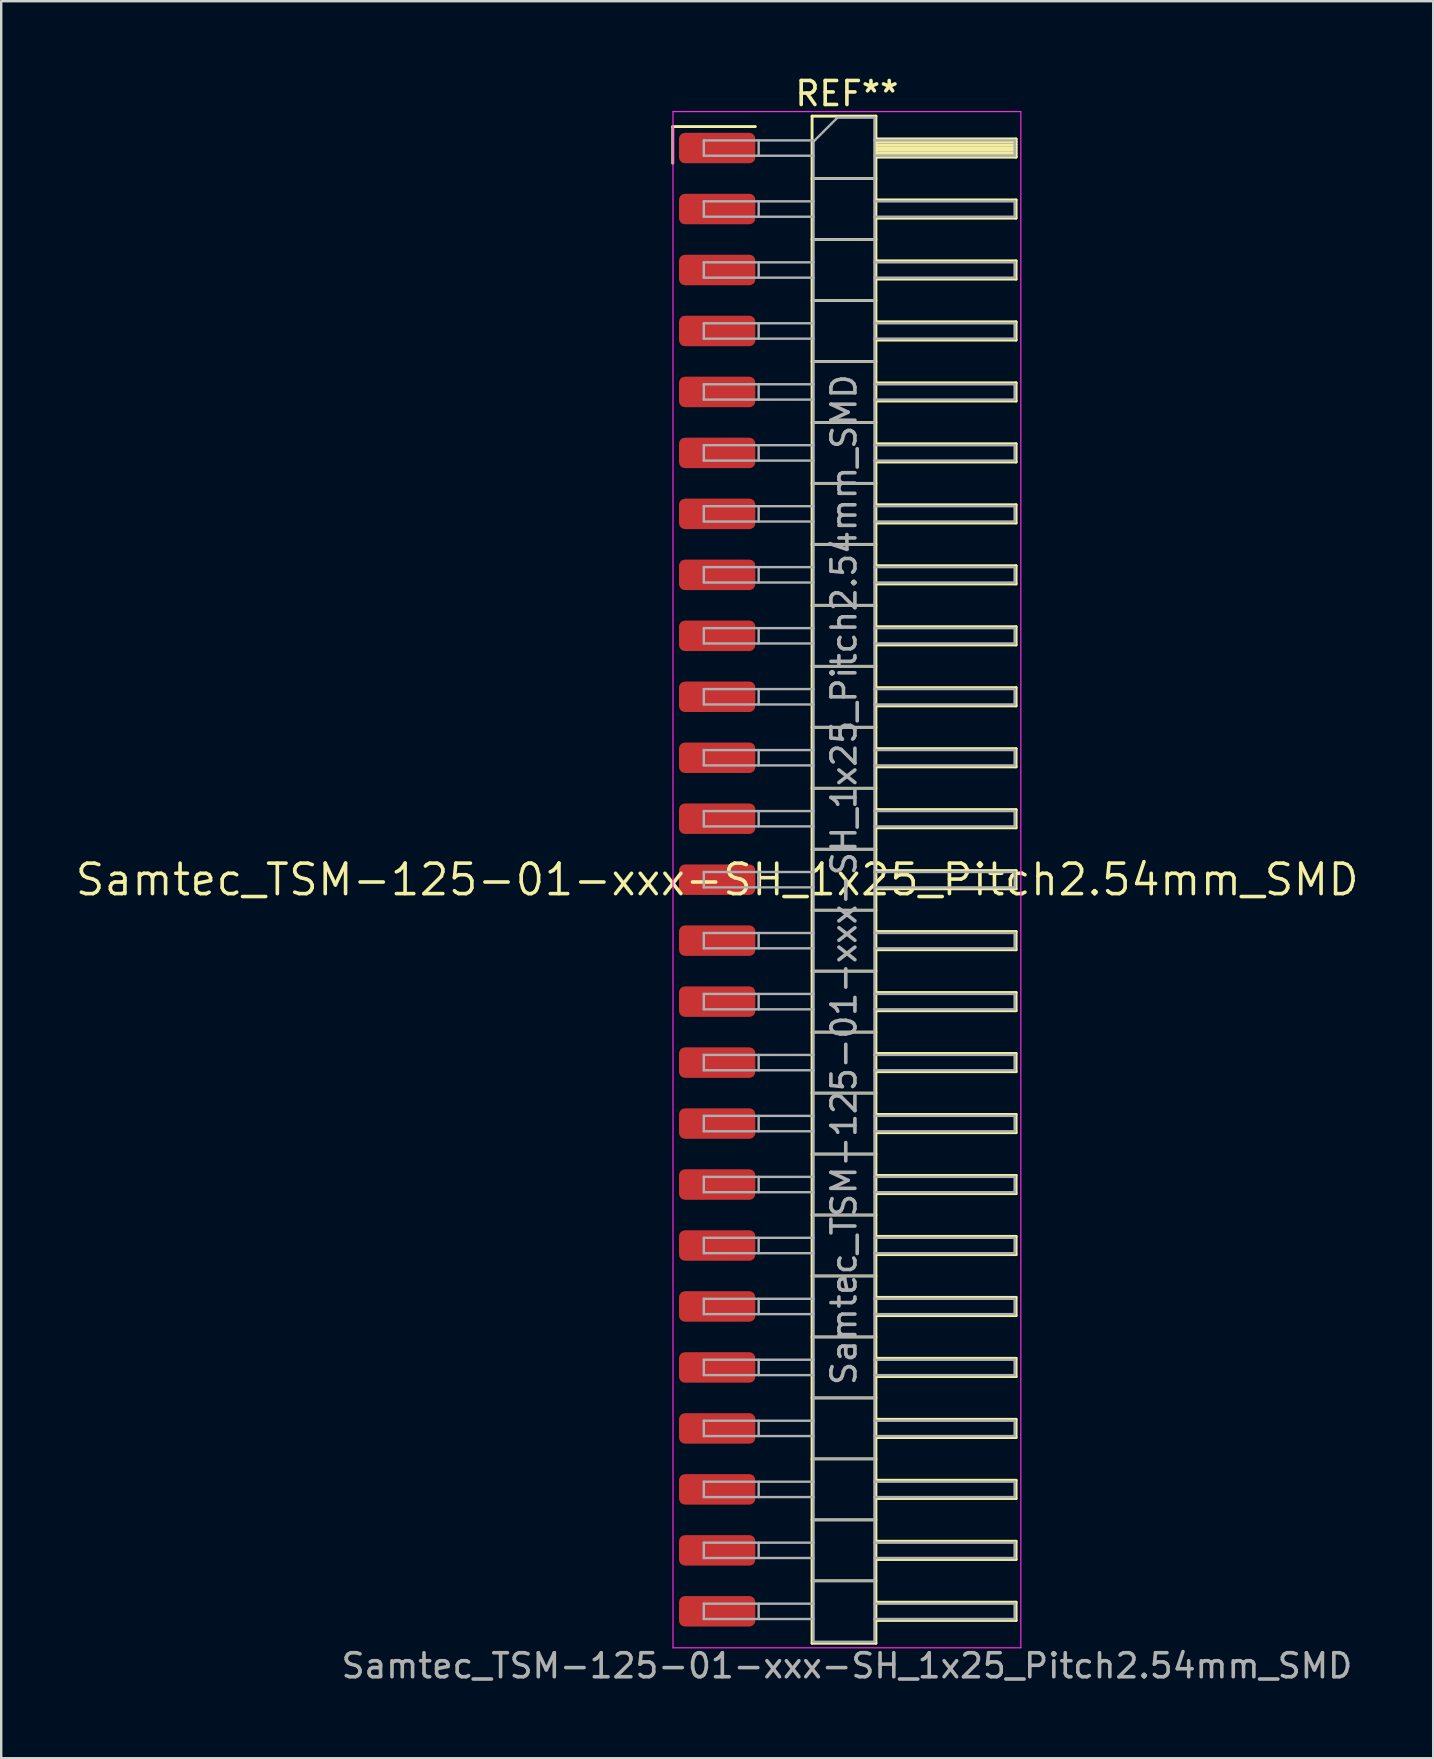
<source format=kicad_pcb>
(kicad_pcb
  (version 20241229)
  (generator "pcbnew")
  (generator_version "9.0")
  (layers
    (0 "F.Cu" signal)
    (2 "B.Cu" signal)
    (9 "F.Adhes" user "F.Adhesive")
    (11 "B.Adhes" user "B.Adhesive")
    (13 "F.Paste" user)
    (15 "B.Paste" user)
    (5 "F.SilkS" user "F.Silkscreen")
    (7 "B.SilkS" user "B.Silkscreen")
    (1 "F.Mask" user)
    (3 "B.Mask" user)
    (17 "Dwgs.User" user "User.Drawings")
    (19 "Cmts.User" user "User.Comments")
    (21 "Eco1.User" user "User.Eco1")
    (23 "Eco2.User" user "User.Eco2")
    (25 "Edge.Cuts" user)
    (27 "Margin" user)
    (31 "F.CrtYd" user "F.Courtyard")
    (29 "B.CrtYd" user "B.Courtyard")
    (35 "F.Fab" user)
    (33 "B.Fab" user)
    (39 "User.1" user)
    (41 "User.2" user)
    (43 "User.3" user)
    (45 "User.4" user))
  (footprint "Samtec_TSM-125-01-xxx-SH_1x25_Pitch2.54mm_SMD"
    (layer "F.Cu")
    (at 26.828 33.598)
    (property "Reference" "Samtec_TSM-125-01-xxx-SH_1x25_Pitch2.54mm_SMD" (at 0 0 0) (layer "F.SilkS") (effects (font (size 1.27 1.27) (thickness 0.15))))
    (attr smd)
    (fp_line (start -1.85 -31.375) (end 1.59 -31.375) (stroke (width 0.12) (type solid)) (layer "F.SilkS"))
    (fp_line (start -1.85 -29.845) (end -1.85 -31.375) (stroke (width 0.12) (type solid)) (layer "F.SilkS"))
    (fp_line (start 3.953 -31.81) (end 6.613 -31.81) (stroke (width 0.12) (type solid)) (layer "F.SilkS"))
    (fp_line (start 3.953 -29.21) (end 6.613 -29.21) (stroke (width 0.12) (type solid)) (layer "F.SilkS"))
    (fp_line (start 3.953 -26.67) (end 6.613 -26.67) (stroke (width 0.12) (type solid)) (layer "F.SilkS"))
    (fp_line (start 3.953 -24.13) (end 6.613 -24.13) (stroke (width 0.12) (type solid)) (layer "F.SilkS"))
    (fp_line (start 3.953 -21.59) (end 6.613 -21.59) (stroke (width 0.12) (type solid)) (layer "F.SilkS"))
    (fp_line (start 3.953 -19.05) (end 6.613 -19.05) (stroke (width 0.12) (type solid)) (layer "F.SilkS"))
    (fp_line (start 3.953 -16.51) (end 6.613 -16.51) (stroke (width 0.12) (type solid)) (layer "F.SilkS"))
    (fp_line (start 3.953 -13.97) (end 6.613 -13.97) (stroke (width 0.12) (type solid)) (layer "F.SilkS"))
    (fp_line (start 3.953 -11.43) (end 6.613 -11.43) (stroke (width 0.12) (type solid)) (layer "F.SilkS"))
    (fp_line (start 3.953 -8.89) (end 6.613 -8.89) (stroke (width 0.12) (type solid)) (layer "F.SilkS"))
    (fp_line (start 3.953 -6.35) (end 6.613 -6.35) (stroke (width 0.12) (type solid)) (layer "F.SilkS"))
    (fp_line (start 3.953 -3.81) (end 6.613 -3.81) (stroke (width 0.12) (type solid)) (layer "F.SilkS"))
    (fp_line (start 3.953 -1.27) (end 6.613 -1.27) (stroke (width 0.12) (type solid)) (layer "F.SilkS"))
    (fp_line (start 3.953 1.27) (end 6.613 1.27) (stroke (width 0.12) (type solid)) (layer "F.SilkS"))
    (fp_line (start 3.953 3.81) (end 6.613 3.81) (stroke (width 0.12) (type solid)) (layer "F.SilkS"))
    (fp_line (start 3.953 6.35) (end 6.613 6.35) (stroke (width 0.12) (type solid)) (layer "F.SilkS"))
    (fp_line (start 3.953 8.89) (end 6.613 8.89) (stroke (width 0.12) (type solid)) (layer "F.SilkS"))
    (fp_line (start 3.953 11.43) (end 6.613 11.43) (stroke (width 0.12) (type solid)) (layer "F.SilkS"))
    (fp_line (start 3.953 13.97) (end 6.613 13.97) (stroke (width 0.12) (type solid)) (layer "F.SilkS"))
    (fp_line (start 3.953 16.51) (end 6.613 16.51) (stroke (width 0.12) (type solid)) (layer "F.SilkS"))
    (fp_line (start 3.953 19.05) (end 6.613 19.05) (stroke (width 0.12) (type solid)) (layer "F.SilkS"))
    (fp_line (start 3.953 21.59) (end 6.613 21.59) (stroke (width 0.12) (type solid)) (layer "F.SilkS"))
    (fp_line (start 3.953 24.13) (end 6.613 24.13) (stroke (width 0.12) (type solid)) (layer "F.SilkS"))
    (fp_line (start 3.953 26.67) (end 6.613 26.67) (stroke (width 0.12) (type solid)) (layer "F.SilkS"))
    (fp_line (start 3.953 29.21) (end 6.613 29.21) (stroke (width 0.12) (type solid)) (layer "F.SilkS"))
    (fp_line (start 3.953 31.81) (end 3.953 -31.81) (stroke (width 0.12) (type solid)) (layer "F.SilkS"))
    (fp_line (start 6.613 -31.81) (end 6.613 31.81) (stroke (width 0.12) (type solid)) (layer "F.SilkS"))
    (fp_line (start 6.613 -30.86) (end 12.453 -30.86) (stroke (width 0.12) (type solid)) (layer "F.SilkS"))
    (fp_line (start 6.613 -30.74) (end 12.453 -30.74) (stroke (width 0.12) (type solid)) (layer "F.SilkS"))
    (fp_line (start 6.613 -30.62) (end 12.453 -30.62) (stroke (width 0.12) (type solid)) (layer "F.SilkS"))
    (fp_line (start 6.613 -30.5) (end 12.453 -30.5) (stroke (width 0.12) (type solid)) (layer "F.SilkS"))
    (fp_line (start 6.613 -30.38) (end 12.453 -30.38) (stroke (width 0.12) (type solid)) (layer "F.SilkS"))
    (fp_line (start 6.613 -30.26) (end 12.453 -30.26) (stroke (width 0.12) (type solid)) (layer "F.SilkS"))
    (fp_line (start 6.613 -30.14) (end 12.453 -30.14) (stroke (width 0.12) (type solid)) (layer "F.SilkS"))
    (fp_line (start 6.613 -30.1) (end 12.453 -30.1) (stroke (width 0.12) (type solid)) (layer "F.SilkS"))
    (fp_line (start 6.613 -28.32) (end 12.453 -28.32) (stroke (width 0.12) (type solid)) (layer "F.SilkS"))
    (fp_line (start 6.613 -27.56) (end 12.453 -27.56) (stroke (width 0.12) (type solid)) (layer "F.SilkS"))
    (fp_line (start 6.613 -25.78) (end 12.453 -25.78) (stroke (width 0.12) (type solid)) (layer "F.SilkS"))
    (fp_line (start 6.613 -25.02) (end 12.453 -25.02) (stroke (width 0.12) (type solid)) (layer "F.SilkS"))
    (fp_line (start 6.613 -23.24) (end 12.453 -23.24) (stroke (width 0.12) (type solid)) (layer "F.SilkS"))
    (fp_line (start 6.613 -22.48) (end 12.453 -22.48) (stroke (width 0.12) (type solid)) (layer "F.SilkS"))
    (fp_line (start 6.613 -20.7) (end 12.453 -20.7) (stroke (width 0.12) (type solid)) (layer "F.SilkS"))
    (fp_line (start 6.613 -19.94) (end 12.453 -19.94) (stroke (width 0.12) (type solid)) (layer "F.SilkS"))
    (fp_line (start 6.613 -18.16) (end 12.453 -18.16) (stroke (width 0.12) (type solid)) (layer "F.SilkS"))
    (fp_line (start 6.613 -17.4) (end 12.453 -17.4) (stroke (width 0.12) (type solid)) (layer "F.SilkS"))
    (fp_line (start 6.613 -15.62) (end 12.453 -15.62) (stroke (width 0.12) (type solid)) (layer "F.SilkS"))
    (fp_line (start 6.613 -14.86) (end 12.453 -14.86) (stroke (width 0.12) (type solid)) (layer "F.SilkS"))
    (fp_line (start 6.613 -13.08) (end 12.453 -13.08) (stroke (width 0.12) (type solid)) (layer "F.SilkS"))
    (fp_line (start 6.613 -12.32) (end 12.453 -12.32) (stroke (width 0.12) (type solid)) (layer "F.SilkS"))
    (fp_line (start 6.613 -10.54) (end 12.453 -10.54) (stroke (width 0.12) (type solid)) (layer "F.SilkS"))
    (fp_line (start 6.613 -9.78) (end 12.453 -9.78) (stroke (width 0.12) (type solid)) (layer "F.SilkS"))
    (fp_line (start 6.613 -8) (end 12.453 -8) (stroke (width 0.12) (type solid)) (layer "F.SilkS"))
    (fp_line (start 6.613 -7.24) (end 12.453 -7.24) (stroke (width 0.12) (type solid)) (layer "F.SilkS"))
    (fp_line (start 6.613 -5.46) (end 12.453 -5.46) (stroke (width 0.12) (type solid)) (layer "F.SilkS"))
    (fp_line (start 6.613 -4.7) (end 12.453 -4.7) (stroke (width 0.12) (type solid)) (layer "F.SilkS"))
    (fp_line (start 6.613 -2.92) (end 12.453 -2.92) (stroke (width 0.12) (type solid)) (layer "F.SilkS"))
    (fp_line (start 6.613 -2.16) (end 12.453 -2.16) (stroke (width 0.12) (type solid)) (layer "F.SilkS"))
    (fp_line (start 6.613 -0.38) (end 12.453 -0.38) (stroke (width 0.12) (type solid)) (layer "F.SilkS"))
    (fp_line (start 6.613 0.38) (end 12.453 0.38) (stroke (width 0.12) (type solid)) (layer "F.SilkS"))
    (fp_line (start 6.613 2.16) (end 12.453 2.16) (stroke (width 0.12) (type solid)) (layer "F.SilkS"))
    (fp_line (start 6.613 2.92) (end 12.453 2.92) (stroke (width 0.12) (type solid)) (layer "F.SilkS"))
    (fp_line (start 6.613 4.7) (end 12.453 4.7) (stroke (width 0.12) (type solid)) (layer "F.SilkS"))
    (fp_line (start 6.613 5.46) (end 12.453 5.46) (stroke (width 0.12) (type solid)) (layer "F.SilkS"))
    (fp_line (start 6.613 7.24) (end 12.453 7.24) (stroke (width 0.12) (type solid)) (layer "F.SilkS"))
    (fp_line (start 6.613 8) (end 12.453 8) (stroke (width 0.12) (type solid)) (layer "F.SilkS"))
    (fp_line (start 6.613 9.78) (end 12.453 9.78) (stroke (width 0.12) (type solid)) (layer "F.SilkS"))
    (fp_line (start 6.613 10.54) (end 12.453 10.54) (stroke (width 0.12) (type solid)) (layer "F.SilkS"))
    (fp_line (start 6.613 12.32) (end 12.453 12.32) (stroke (width 0.12) (type solid)) (layer "F.SilkS"))
    (fp_line (start 6.613 13.08) (end 12.453 13.08) (stroke (width 0.12) (type solid)) (layer "F.SilkS"))
    (fp_line (start 6.613 14.86) (end 12.453 14.86) (stroke (width 0.12) (type solid)) (layer "F.SilkS"))
    (fp_line (start 6.613 15.62) (end 12.453 15.62) (stroke (width 0.12) (type solid)) (layer "F.SilkS"))
    (fp_line (start 6.613 17.4) (end 12.453 17.4) (stroke (width 0.12) (type solid)) (layer "F.SilkS"))
    (fp_line (start 6.613 18.16) (end 12.453 18.16) (stroke (width 0.12) (type solid)) (layer "F.SilkS"))
    (fp_line (start 6.613 19.94) (end 12.453 19.94) (stroke (width 0.12) (type solid)) (layer "F.SilkS"))
    (fp_line (start 6.613 20.7) (end 12.453 20.7) (stroke (width 0.12) (type solid)) (layer "F.SilkS"))
    (fp_line (start 6.613 22.48) (end 12.453 22.48) (stroke (width 0.12) (type solid)) (layer "F.SilkS"))
    (fp_line (start 6.613 23.24) (end 12.453 23.24) (stroke (width 0.12) (type solid)) (layer "F.SilkS"))
    (fp_line (start 6.613 25.02) (end 12.453 25.02) (stroke (width 0.12) (type solid)) (layer "F.SilkS"))
    (fp_line (start 6.613 25.78) (end 12.453 25.78) (stroke (width 0.12) (type solid)) (layer "F.SilkS"))
    (fp_line (start 6.613 27.56) (end 12.453 27.56) (stroke (width 0.12) (type solid)) (layer "F.SilkS"))
    (fp_line (start 6.613 28.32) (end 12.453 28.32) (stroke (width 0.12) (type solid)) (layer "F.SilkS"))
    (fp_line (start 6.613 30.1) (end 12.453 30.1) (stroke (width 0.12) (type solid)) (layer "F.SilkS"))
    (fp_line (start 6.613 30.86) (end 12.453 30.86) (stroke (width 0.12) (type solid)) (layer "F.SilkS"))
    (fp_line (start 6.613 31.81) (end 3.953 31.81) (stroke (width 0.12) (type solid)) (layer "F.SilkS"))
    (fp_line (start 12.453 -30.86) (end 12.453 -30.1) (stroke (width 0.12) (type solid)) (layer "F.SilkS"))
    (fp_line (start 12.453 -28.32) (end 12.453 -27.56) (stroke (width 0.12) (type solid)) (layer "F.SilkS"))
    (fp_line (start 12.453 -25.78) (end 12.453 -25.02) (stroke (width 0.12) (type solid)) (layer "F.SilkS"))
    (fp_line (start 12.453 -23.24) (end 12.453 -22.48) (stroke (width 0.12) (type solid)) (layer "F.SilkS"))
    (fp_line (start 12.453 -20.7) (end 12.453 -19.94) (stroke (width 0.12) (type solid)) (layer "F.SilkS"))
    (fp_line (start 12.453 -18.16) (end 12.453 -17.4) (stroke (width 0.12) (type solid)) (layer "F.SilkS"))
    (fp_line (start 12.453 -15.62) (end 12.453 -14.86) (stroke (width 0.12) (type solid)) (layer "F.SilkS"))
    (fp_line (start 12.453 -13.08) (end 12.453 -12.32) (stroke (width 0.12) (type solid)) (layer "F.SilkS"))
    (fp_line (start 12.453 -10.54) (end 12.453 -9.78) (stroke (width 0.12) (type solid)) (layer "F.SilkS"))
    (fp_line (start 12.453 -8) (end 12.453 -7.24) (stroke (width 0.12) (type solid)) (layer "F.SilkS"))
    (fp_line (start 12.453 -5.46) (end 12.453 -4.7) (stroke (width 0.12) (type solid)) (layer "F.SilkS"))
    (fp_line (start 12.453 -2.92) (end 12.453 -2.16) (stroke (width 0.12) (type solid)) (layer "F.SilkS"))
    (fp_line (start 12.453 -0.38) (end 12.453 0.38) (stroke (width 0.12) (type solid)) (layer "F.SilkS"))
    (fp_line (start 12.453 2.16) (end 12.453 2.92) (stroke (width 0.12) (type solid)) (layer "F.SilkS"))
    (fp_line (start 12.453 4.7) (end 12.453 5.46) (stroke (width 0.12) (type solid)) (layer "F.SilkS"))
    (fp_line (start 12.453 7.24) (end 12.453 8) (stroke (width 0.12) (type solid)) (layer "F.SilkS"))
    (fp_line (start 12.453 9.78) (end 12.453 10.54) (stroke (width 0.12) (type solid)) (layer "F.SilkS"))
    (fp_line (start 12.453 12.32) (end 12.453 13.08) (stroke (width 0.12) (type solid)) (layer "F.SilkS"))
    (fp_line (start 12.453 14.86) (end 12.453 15.62) (stroke (width 0.12) (type solid)) (layer "F.SilkS"))
    (fp_line (start 12.453 17.4) (end 12.453 18.16) (stroke (width 0.12) (type solid)) (layer "F.SilkS"))
    (fp_line (start 12.453 19.94) (end 12.453 20.7) (stroke (width 0.12) (type solid)) (layer "F.SilkS"))
    (fp_line (start 12.453 22.48) (end 12.453 23.24) (stroke (width 0.12) (type solid)) (layer "F.SilkS"))
    (fp_line (start 12.453 25.02) (end 12.453 25.78) (stroke (width 0.12) (type solid)) (layer "F.SilkS"))
    (fp_line (start 12.453 27.56) (end 12.453 28.32) (stroke (width 0.12) (type solid)) (layer "F.SilkS"))
    (fp_line (start 12.453 30.1) (end 12.453 30.86) (stroke (width 0.12) (type solid)) (layer "F.SilkS"))
    (fp_line (start -1.84 -32) (end 12.65 -32) (stroke (width 0.05) (type solid)) (layer "F.CrtYd"))
    (fp_line (start -1.84 32) (end -1.84 -32) (stroke (width 0.05) (type solid)) (layer "F.CrtYd"))
    (fp_line (start 12.65 -32) (end 12.65 32) (stroke (width 0.05) (type solid)) (layer "F.CrtYd"))
    (fp_line (start 12.65 32) (end -1.84 32) (stroke (width 0.05) (type solid)) (layer "F.CrtYd"))
    (fp_line (start -0.557 -30.8) (end -0.557 -30.16) (stroke (width 0.1) (type solid)) (layer "F.Fab"))
    (fp_line (start -0.557 -30.8) (end 4.013 -30.8) (stroke (width 0.1) (type solid)) (layer "F.Fab"))
    (fp_line (start -0.557 -30.16) (end 4.013 -30.16) (stroke (width 0.1) (type solid)) (layer "F.Fab"))
    (fp_line (start -0.557 -28.26) (end -0.557 -27.62) (stroke (width 0.1) (type solid)) (layer "F.Fab"))
    (fp_line (start -0.557 -28.26) (end 4.013 -28.26) (stroke (width 0.1) (type solid)) (layer "F.Fab"))
    (fp_line (start -0.557 -27.62) (end 4.013 -27.62) (stroke (width 0.1) (type solid)) (layer "F.Fab"))
    (fp_line (start -0.557 -25.72) (end -0.557 -25.08) (stroke (width 0.1) (type solid)) (layer "F.Fab"))
    (fp_line (start -0.557 -25.72) (end 4.013 -25.72) (stroke (width 0.1) (type solid)) (layer "F.Fab"))
    (fp_line (start -0.557 -25.08) (end 4.013 -25.08) (stroke (width 0.1) (type solid)) (layer "F.Fab"))
    (fp_line (start -0.557 -23.18) (end -0.557 -22.54) (stroke (width 0.1) (type solid)) (layer "F.Fab"))
    (fp_line (start -0.557 -23.18) (end 4.013 -23.18) (stroke (width 0.1) (type solid)) (layer "F.Fab"))
    (fp_line (start -0.557 -22.54) (end 4.013 -22.54) (stroke (width 0.1) (type solid)) (layer "F.Fab"))
    (fp_line (start -0.557 -20.64) (end -0.557 -20) (stroke (width 0.1) (type solid)) (layer "F.Fab"))
    (fp_line (start -0.557 -20.64) (end 4.013 -20.64) (stroke (width 0.1) (type solid)) (layer "F.Fab"))
    (fp_line (start -0.557 -20) (end 4.013 -20) (stroke (width 0.1) (type solid)) (layer "F.Fab"))
    (fp_line (start -0.557 -18.1) (end -0.557 -17.46) (stroke (width 0.1) (type solid)) (layer "F.Fab"))
    (fp_line (start -0.557 -18.1) (end 4.013 -18.1) (stroke (width 0.1) (type solid)) (layer "F.Fab"))
    (fp_line (start -0.557 -17.46) (end 4.013 -17.46) (stroke (width 0.1) (type solid)) (layer "F.Fab"))
    (fp_line (start -0.557 -15.56) (end -0.557 -14.92) (stroke (width 0.1) (type solid)) (layer "F.Fab"))
    (fp_line (start -0.557 -15.56) (end 4.013 -15.56) (stroke (width 0.1) (type solid)) (layer "F.Fab"))
    (fp_line (start -0.557 -14.92) (end 4.013 -14.92) (stroke (width 0.1) (type solid)) (layer "F.Fab"))
    (fp_line (start -0.557 -13.02) (end -0.557 -12.38) (stroke (width 0.1) (type solid)) (layer "F.Fab"))
    (fp_line (start -0.557 -13.02) (end 4.013 -13.02) (stroke (width 0.1) (type solid)) (layer "F.Fab"))
    (fp_line (start -0.557 -12.38) (end 4.013 -12.38) (stroke (width 0.1) (type solid)) (layer "F.Fab"))
    (fp_line (start -0.557 -10.48) (end -0.557 -9.84) (stroke (width 0.1) (type solid)) (layer "F.Fab"))
    (fp_line (start -0.557 -10.48) (end 4.013 -10.48) (stroke (width 0.1) (type solid)) (layer "F.Fab"))
    (fp_line (start -0.557 -9.84) (end 4.013 -9.84) (stroke (width 0.1) (type solid)) (layer "F.Fab"))
    (fp_line (start -0.557 -7.94) (end -0.557 -7.3) (stroke (width 0.1) (type solid)) (layer "F.Fab"))
    (fp_line (start -0.557 -7.94) (end 4.013 -7.94) (stroke (width 0.1) (type solid)) (layer "F.Fab"))
    (fp_line (start -0.557 -7.3) (end 4.013 -7.3) (stroke (width 0.1) (type solid)) (layer "F.Fab"))
    (fp_line (start -0.557 -5.4) (end -0.557 -4.76) (stroke (width 0.1) (type solid)) (layer "F.Fab"))
    (fp_line (start -0.557 -5.4) (end 4.013 -5.4) (stroke (width 0.1) (type solid)) (layer "F.Fab"))
    (fp_line (start -0.557 -4.76) (end 4.013 -4.76) (stroke (width 0.1) (type solid)) (layer "F.Fab"))
    (fp_line (start -0.557 -2.86) (end -0.557 -2.22) (stroke (width 0.1) (type solid)) (layer "F.Fab"))
    (fp_line (start -0.557 -2.86) (end 4.013 -2.86) (stroke (width 0.1) (type solid)) (layer "F.Fab"))
    (fp_line (start -0.557 -2.22) (end 4.013 -2.22) (stroke (width 0.1) (type solid)) (layer "F.Fab"))
    (fp_line (start -0.557 -0.32) (end -0.557 0.32) (stroke (width 0.1) (type solid)) (layer "F.Fab"))
    (fp_line (start -0.557 -0.32) (end 4.013 -0.32) (stroke (width 0.1) (type solid)) (layer "F.Fab"))
    (fp_line (start -0.557 0.32) (end 4.013 0.32) (stroke (width 0.1) (type solid)) (layer "F.Fab"))
    (fp_line (start -0.557 2.22) (end -0.557 2.86) (stroke (width 0.1) (type solid)) (layer "F.Fab"))
    (fp_line (start -0.557 2.22) (end 4.013 2.22) (stroke (width 0.1) (type solid)) (layer "F.Fab"))
    (fp_line (start -0.557 2.86) (end 4.013 2.86) (stroke (width 0.1) (type solid)) (layer "F.Fab"))
    (fp_line (start -0.557 4.76) (end -0.557 5.4) (stroke (width 0.1) (type solid)) (layer "F.Fab"))
    (fp_line (start -0.557 4.76) (end 4.013 4.76) (stroke (width 0.1) (type solid)) (layer "F.Fab"))
    (fp_line (start -0.557 5.4) (end 4.013 5.4) (stroke (width 0.1) (type solid)) (layer "F.Fab"))
    (fp_line (start -0.557 7.3) (end -0.557 7.94) (stroke (width 0.1) (type solid)) (layer "F.Fab"))
    (fp_line (start -0.557 7.3) (end 4.013 7.3) (stroke (width 0.1) (type solid)) (layer "F.Fab"))
    (fp_line (start -0.557 7.94) (end 4.013 7.94) (stroke (width 0.1) (type solid)) (layer "F.Fab"))
    (fp_line (start -0.557 9.84) (end -0.557 10.48) (stroke (width 0.1) (type solid)) (layer "F.Fab"))
    (fp_line (start -0.557 9.84) (end 4.013 9.84) (stroke (width 0.1) (type solid)) (layer "F.Fab"))
    (fp_line (start -0.557 10.48) (end 4.013 10.48) (stroke (width 0.1) (type solid)) (layer "F.Fab"))
    (fp_line (start -0.557 12.38) (end -0.557 13.02) (stroke (width 0.1) (type solid)) (layer "F.Fab"))
    (fp_line (start -0.557 12.38) (end 4.013 12.38) (stroke (width 0.1) (type solid)) (layer "F.Fab"))
    (fp_line (start -0.557 13.02) (end 4.013 13.02) (stroke (width 0.1) (type solid)) (layer "F.Fab"))
    (fp_line (start -0.557 14.92) (end -0.557 15.56) (stroke (width 0.1) (type solid)) (layer "F.Fab"))
    (fp_line (start -0.557 14.92) (end 4.013 14.92) (stroke (width 0.1) (type solid)) (layer "F.Fab"))
    (fp_line (start -0.557 15.56) (end 4.013 15.56) (stroke (width 0.1) (type solid)) (layer "F.Fab"))
    (fp_line (start -0.557 17.46) (end -0.557 18.1) (stroke (width 0.1) (type solid)) (layer "F.Fab"))
    (fp_line (start -0.557 17.46) (end 4.013 17.46) (stroke (width 0.1) (type solid)) (layer "F.Fab"))
    (fp_line (start -0.557 18.1) (end 4.013 18.1) (stroke (width 0.1) (type solid)) (layer "F.Fab"))
    (fp_line (start -0.557 20) (end -0.557 20.64) (stroke (width 0.1) (type solid)) (layer "F.Fab"))
    (fp_line (start -0.557 20) (end 4.013 20) (stroke (width 0.1) (type solid)) (layer "F.Fab"))
    (fp_line (start -0.557 20.64) (end 4.013 20.64) (stroke (width 0.1) (type solid)) (layer "F.Fab"))
    (fp_line (start -0.557 22.54) (end -0.557 23.18) (stroke (width 0.1) (type solid)) (layer "F.Fab"))
    (fp_line (start -0.557 22.54) (end 4.013 22.54) (stroke (width 0.1) (type solid)) (layer "F.Fab"))
    (fp_line (start -0.557 23.18) (end 4.013 23.18) (stroke (width 0.1) (type solid)) (layer "F.Fab"))
    (fp_line (start -0.557 25.08) (end -0.557 25.72) (stroke (width 0.1) (type solid)) (layer "F.Fab"))
    (fp_line (start -0.557 25.08) (end 4.013 25.08) (stroke (width 0.1) (type solid)) (layer "F.Fab"))
    (fp_line (start -0.557 25.72) (end 4.013 25.72) (stroke (width 0.1) (type solid)) (layer "F.Fab"))
    (fp_line (start -0.557 27.62) (end -0.557 28.26) (stroke (width 0.1) (type solid)) (layer "F.Fab"))
    (fp_line (start -0.557 27.62) (end 4.013 27.62) (stroke (width 0.1) (type solid)) (layer "F.Fab"))
    (fp_line (start -0.557 28.26) (end 4.013 28.26) (stroke (width 0.1) (type solid)) (layer "F.Fab"))
    (fp_line (start -0.557 30.16) (end -0.557 30.8) (stroke (width 0.1) (type solid)) (layer "F.Fab"))
    (fp_line (start -0.557 30.16) (end 4.013 30.16) (stroke (width 0.1) (type solid)) (layer "F.Fab"))
    (fp_line (start -0.557 30.8) (end 4.013 30.8) (stroke (width 0.1) (type solid)) (layer "F.Fab"))
    (fp_line (start 1.728 -30.8) (end 1.728 -30.16) (stroke (width 0.1) (type solid)) (layer "F.Fab"))
    (fp_line (start 1.728 -28.26) (end 1.728 -27.62) (stroke (width 0.1) (type solid)) (layer "F.Fab"))
    (fp_line (start 1.728 -25.72) (end 1.728 -25.08) (stroke (width 0.1) (type solid)) (layer "F.Fab"))
    (fp_line (start 1.728 -23.18) (end 1.728 -22.54) (stroke (width 0.1) (type solid)) (layer "F.Fab"))
    (fp_line (start 1.728 -20.64) (end 1.728 -20) (stroke (width 0.1) (type solid)) (layer "F.Fab"))
    (fp_line (start 1.728 -18.1) (end 1.728 -17.46) (stroke (width 0.1) (type solid)) (layer "F.Fab"))
    (fp_line (start 1.728 -15.56) (end 1.728 -14.92) (stroke (width 0.1) (type solid)) (layer "F.Fab"))
    (fp_line (start 1.728 -13.02) (end 1.728 -12.38) (stroke (width 0.1) (type solid)) (layer "F.Fab"))
    (fp_line (start 1.728 -10.48) (end 1.728 -9.84) (stroke (width 0.1) (type solid)) (layer "F.Fab"))
    (fp_line (start 1.728 -7.94) (end 1.728 -7.3) (stroke (width 0.1) (type solid)) (layer "F.Fab"))
    (fp_line (start 1.728 -5.4) (end 1.728 -4.76) (stroke (width 0.1) (type solid)) (layer "F.Fab"))
    (fp_line (start 1.728 -2.86) (end 1.728 -2.22) (stroke (width 0.1) (type solid)) (layer "F.Fab"))
    (fp_line (start 1.728 -0.32) (end 1.728 0.32) (stroke (width 0.1) (type solid)) (layer "F.Fab"))
    (fp_line (start 1.728 2.22) (end 1.728 2.86) (stroke (width 0.1) (type solid)) (layer "F.Fab"))
    (fp_line (start 1.728 4.76) (end 1.728 5.4) (stroke (width 0.1) (type solid)) (layer "F.Fab"))
    (fp_line (start 1.728 7.3) (end 1.728 7.94) (stroke (width 0.1) (type solid)) (layer "F.Fab"))
    (fp_line (start 1.728 9.84) (end 1.728 10.48) (stroke (width 0.1) (type solid)) (layer "F.Fab"))
    (fp_line (start 1.728 12.38) (end 1.728 13.02) (stroke (width 0.1) (type solid)) (layer "F.Fab"))
    (fp_line (start 1.728 14.92) (end 1.728 15.56) (stroke (width 0.1) (type solid)) (layer "F.Fab"))
    (fp_line (start 1.728 17.46) (end 1.728 18.1) (stroke (width 0.1) (type solid)) (layer "F.Fab"))
    (fp_line (start 1.728 20) (end 1.728 20.64) (stroke (width 0.1) (type solid)) (layer "F.Fab"))
    (fp_line (start 1.728 22.54) (end 1.728 23.18) (stroke (width 0.1) (type solid)) (layer "F.Fab"))
    (fp_line (start 1.728 25.08) (end 1.728 25.72) (stroke (width 0.1) (type solid)) (layer "F.Fab"))
    (fp_line (start 1.728 27.62) (end 1.728 28.26) (stroke (width 0.1) (type solid)) (layer "F.Fab"))
    (fp_line (start 1.728 30.16) (end 1.728 30.8) (stroke (width 0.1) (type solid)) (layer "F.Fab"))
    (fp_line (start 4.013 -30.75) (end 5.013 -31.75) (stroke (width 0.1) (type solid)) (layer "F.Fab"))
    (fp_line (start 4.013 -29.21) (end 6.553 -29.21) (stroke (width 0.1) (type solid)) (layer "F.Fab"))
    (fp_line (start 4.013 -26.67) (end 6.553 -26.67) (stroke (width 0.1) (type solid)) (layer "F.Fab"))
    (fp_line (start 4.013 -24.13) (end 6.553 -24.13) (stroke (width 0.1) (type solid)) (layer "F.Fab"))
    (fp_line (start 4.013 -21.59) (end 6.553 -21.59) (stroke (width 0.1) (type solid)) (layer "F.Fab"))
    (fp_line (start 4.013 -19.05) (end 6.553 -19.05) (stroke (width 0.1) (type solid)) (layer "F.Fab"))
    (fp_line (start 4.013 -16.51) (end 6.553 -16.51) (stroke (width 0.1) (type solid)) (layer "F.Fab"))
    (fp_line (start 4.013 -13.97) (end 6.553 -13.97) (stroke (width 0.1) (type solid)) (layer "F.Fab"))
    (fp_line (start 4.013 -11.43) (end 6.553 -11.43) (stroke (width 0.1) (type solid)) (layer "F.Fab"))
    (fp_line (start 4.013 -8.89) (end 6.553 -8.89) (stroke (width 0.1) (type solid)) (layer "F.Fab"))
    (fp_line (start 4.013 -6.35) (end 6.553 -6.35) (stroke (width 0.1) (type solid)) (layer "F.Fab"))
    (fp_line (start 4.013 -3.81) (end 6.553 -3.81) (stroke (width 0.1) (type solid)) (layer "F.Fab"))
    (fp_line (start 4.013 -1.27) (end 6.553 -1.27) (stroke (width 0.1) (type solid)) (layer "F.Fab"))
    (fp_line (start 4.013 1.27) (end 6.553 1.27) (stroke (width 0.1) (type solid)) (layer "F.Fab"))
    (fp_line (start 4.013 3.81) (end 6.553 3.81) (stroke (width 0.1) (type solid)) (layer "F.Fab"))
    (fp_line (start 4.013 6.35) (end 6.553 6.35) (stroke (width 0.1) (type solid)) (layer "F.Fab"))
    (fp_line (start 4.013 8.89) (end 6.553 8.89) (stroke (width 0.1) (type solid)) (layer "F.Fab"))
    (fp_line (start 4.013 11.43) (end 6.553 11.43) (stroke (width 0.1) (type solid)) (layer "F.Fab"))
    (fp_line (start 4.013 13.97) (end 6.553 13.97) (stroke (width 0.1) (type solid)) (layer "F.Fab"))
    (fp_line (start 4.013 16.51) (end 6.553 16.51) (stroke (width 0.1) (type solid)) (layer "F.Fab"))
    (fp_line (start 4.013 19.05) (end 6.553 19.05) (stroke (width 0.1) (type solid)) (layer "F.Fab"))
    (fp_line (start 4.013 21.59) (end 6.553 21.59) (stroke (width 0.1) (type solid)) (layer "F.Fab"))
    (fp_line (start 4.013 24.13) (end 6.553 24.13) (stroke (width 0.1) (type solid)) (layer "F.Fab"))
    (fp_line (start 4.013 26.67) (end 6.553 26.67) (stroke (width 0.1) (type solid)) (layer "F.Fab"))
    (fp_line (start 4.013 29.21) (end 6.553 29.21) (stroke (width 0.1) (type solid)) (layer "F.Fab"))
    (fp_line (start 4.013 31.75) (end 4.013 -30.75) (stroke (width 0.1) (type solid)) (layer "F.Fab"))
    (fp_line (start 5.013 -31.75) (end 6.553 -31.75) (stroke (width 0.1) (type solid)) (layer "F.Fab"))
    (fp_line (start 6.553 -31.75) (end 6.553 31.75) (stroke (width 0.1) (type solid)) (layer "F.Fab"))
    (fp_line (start 6.553 -30.8) (end 12.393 -30.8) (stroke (width 0.1) (type solid)) (layer "F.Fab"))
    (fp_line (start 6.553 -30.16) (end 12.393 -30.16) (stroke (width 0.1) (type solid)) (layer "F.Fab"))
    (fp_line (start 6.553 -28.26) (end 12.393 -28.26) (stroke (width 0.1) (type solid)) (layer "F.Fab"))
    (fp_line (start 6.553 -27.62) (end 12.393 -27.62) (stroke (width 0.1) (type solid)) (layer "F.Fab"))
    (fp_line (start 6.553 -25.72) (end 12.393 -25.72) (stroke (width 0.1) (type solid)) (layer "F.Fab"))
    (fp_line (start 6.553 -25.08) (end 12.393 -25.08) (stroke (width 0.1) (type solid)) (layer "F.Fab"))
    (fp_line (start 6.553 -23.18) (end 12.393 -23.18) (stroke (width 0.1) (type solid)) (layer "F.Fab"))
    (fp_line (start 6.553 -22.54) (end 12.393 -22.54) (stroke (width 0.1) (type solid)) (layer "F.Fab"))
    (fp_line (start 6.553 -20.64) (end 12.393 -20.64) (stroke (width 0.1) (type solid)) (layer "F.Fab"))
    (fp_line (start 6.553 -20) (end 12.393 -20) (stroke (width 0.1) (type solid)) (layer "F.Fab"))
    (fp_line (start 6.553 -18.1) (end 12.393 -18.1) (stroke (width 0.1) (type solid)) (layer "F.Fab"))
    (fp_line (start 6.553 -17.46) (end 12.393 -17.46) (stroke (width 0.1) (type solid)) (layer "F.Fab"))
    (fp_line (start 6.553 -15.56) (end 12.393 -15.56) (stroke (width 0.1) (type solid)) (layer "F.Fab"))
    (fp_line (start 6.553 -14.92) (end 12.393 -14.92) (stroke (width 0.1) (type solid)) (layer "F.Fab"))
    (fp_line (start 6.553 -13.02) (end 12.393 -13.02) (stroke (width 0.1) (type solid)) (layer "F.Fab"))
    (fp_line (start 6.553 -12.38) (end 12.393 -12.38) (stroke (width 0.1) (type solid)) (layer "F.Fab"))
    (fp_line (start 6.553 -10.48) (end 12.393 -10.48) (stroke (width 0.1) (type solid)) (layer "F.Fab"))
    (fp_line (start 6.553 -9.84) (end 12.393 -9.84) (stroke (width 0.1) (type solid)) (layer "F.Fab"))
    (fp_line (start 6.553 -7.94) (end 12.393 -7.94) (stroke (width 0.1) (type solid)) (layer "F.Fab"))
    (fp_line (start 6.553 -7.3) (end 12.393 -7.3) (stroke (width 0.1) (type solid)) (layer "F.Fab"))
    (fp_line (start 6.553 -5.4) (end 12.393 -5.4) (stroke (width 0.1) (type solid)) (layer "F.Fab"))
    (fp_line (start 6.553 -4.76) (end 12.393 -4.76) (stroke (width 0.1) (type solid)) (layer "F.Fab"))
    (fp_line (start 6.553 -2.86) (end 12.393 -2.86) (stroke (width 0.1) (type solid)) (layer "F.Fab"))
    (fp_line (start 6.553 -2.22) (end 12.393 -2.22) (stroke (width 0.1) (type solid)) (layer "F.Fab"))
    (fp_line (start 6.553 -0.32) (end 12.393 -0.32) (stroke (width 0.1) (type solid)) (layer "F.Fab"))
    (fp_line (start 6.553 0.32) (end 12.393 0.32) (stroke (width 0.1) (type solid)) (layer "F.Fab"))
    (fp_line (start 6.553 2.22) (end 12.393 2.22) (stroke (width 0.1) (type solid)) (layer "F.Fab"))
    (fp_line (start 6.553 2.86) (end 12.393 2.86) (stroke (width 0.1) (type solid)) (layer "F.Fab"))
    (fp_line (start 6.553 4.76) (end 12.393 4.76) (stroke (width 0.1) (type solid)) (layer "F.Fab"))
    (fp_line (start 6.553 5.4) (end 12.393 5.4) (stroke (width 0.1) (type solid)) (layer "F.Fab"))
    (fp_line (start 6.553 7.3) (end 12.393 7.3) (stroke (width 0.1) (type solid)) (layer "F.Fab"))
    (fp_line (start 6.553 7.94) (end 12.393 7.94) (stroke (width 0.1) (type solid)) (layer "F.Fab"))
    (fp_line (start 6.553 9.84) (end 12.393 9.84) (stroke (width 0.1) (type solid)) (layer "F.Fab"))
    (fp_line (start 6.553 10.48) (end 12.393 10.48) (stroke (width 0.1) (type solid)) (layer "F.Fab"))
    (fp_line (start 6.553 12.38) (end 12.393 12.38) (stroke (width 0.1) (type solid)) (layer "F.Fab"))
    (fp_line (start 6.553 13.02) (end 12.393 13.02) (stroke (width 0.1) (type solid)) (layer "F.Fab"))
    (fp_line (start 6.553 14.92) (end 12.393 14.92) (stroke (width 0.1) (type solid)) (layer "F.Fab"))
    (fp_line (start 6.553 15.56) (end 12.393 15.56) (stroke (width 0.1) (type solid)) (layer "F.Fab"))
    (fp_line (start 6.553 17.46) (end 12.393 17.46) (stroke (width 0.1) (type solid)) (layer "F.Fab"))
    (fp_line (start 6.553 18.1) (end 12.393 18.1) (stroke (width 0.1) (type solid)) (layer "F.Fab"))
    (fp_line (start 6.553 20) (end 12.393 20) (stroke (width 0.1) (type solid)) (layer "F.Fab"))
    (fp_line (start 6.553 20.64) (end 12.393 20.64) (stroke (width 0.1) (type solid)) (layer "F.Fab"))
    (fp_line (start 6.553 22.54) (end 12.393 22.54) (stroke (width 0.1) (type solid)) (layer "F.Fab"))
    (fp_line (start 6.553 23.18) (end 12.393 23.18) (stroke (width 0.1) (type solid)) (layer "F.Fab"))
    (fp_line (start 6.553 25.08) (end 12.393 25.08) (stroke (width 0.1) (type solid)) (layer "F.Fab"))
    (fp_line (start 6.553 25.72) (end 12.393 25.72) (stroke (width 0.1) (type solid)) (layer "F.Fab"))
    (fp_line (start 6.553 27.62) (end 12.393 27.62) (stroke (width 0.1) (type solid)) (layer "F.Fab"))
    (fp_line (start 6.553 28.26) (end 12.393 28.26) (stroke (width 0.1) (type solid)) (layer "F.Fab"))
    (fp_line (start 6.553 30.16) (end 12.393 30.16) (stroke (width 0.1) (type solid)) (layer "F.Fab"))
    (fp_line (start 6.553 30.8) (end 12.393 30.8) (stroke (width 0.1) (type solid)) (layer "F.Fab"))
    (fp_line (start 6.553 31.75) (end 4.013 31.75) (stroke (width 0.1) (type solid)) (layer "F.Fab"))
    (fp_line (start 12.393 -30.8) (end 12.393 -30.16) (stroke (width 0.1) (type solid)) (layer "F.Fab"))
    (fp_line (start 12.393 -28.26) (end 12.393 -27.62) (stroke (width 0.1) (type solid)) (layer "F.Fab"))
    (fp_line (start 12.393 -25.72) (end 12.393 -25.08) (stroke (width 0.1) (type solid)) (layer "F.Fab"))
    (fp_line (start 12.393 -23.18) (end 12.393 -22.54) (stroke (width 0.1) (type solid)) (layer "F.Fab"))
    (fp_line (start 12.393 -20.64) (end 12.393 -20) (stroke (width 0.1) (type solid)) (layer "F.Fab"))
    (fp_line (start 12.393 -18.1) (end 12.393 -17.46) (stroke (width 0.1) (type solid)) (layer "F.Fab"))
    (fp_line (start 12.393 -15.56) (end 12.393 -14.92) (stroke (width 0.1) (type solid)) (layer "F.Fab"))
    (fp_line (start 12.393 -13.02) (end 12.393 -12.38) (stroke (width 0.1) (type solid)) (layer "F.Fab"))
    (fp_line (start 12.393 -10.48) (end 12.393 -9.84) (stroke (width 0.1) (type solid)) (layer "F.Fab"))
    (fp_line (start 12.393 -7.94) (end 12.393 -7.3) (stroke (width 0.1) (type solid)) (layer "F.Fab"))
    (fp_line (start 12.393 -5.4) (end 12.393 -4.76) (stroke (width 0.1) (type solid)) (layer "F.Fab"))
    (fp_line (start 12.393 -2.86) (end 12.393 -2.22) (stroke (width 0.1) (type solid)) (layer "F.Fab"))
    (fp_line (start 12.393 -0.32) (end 12.393 0.32) (stroke (width 0.1) (type solid)) (layer "F.Fab"))
    (fp_line (start 12.393 2.22) (end 12.393 2.86) (stroke (width 0.1) (type solid)) (layer "F.Fab"))
    (fp_line (start 12.393 4.76) (end 12.393 5.4) (stroke (width 0.1) (type solid)) (layer "F.Fab"))
    (fp_line (start 12.393 7.3) (end 12.393 7.94) (stroke (width 0.1) (type solid)) (layer "F.Fab"))
    (fp_line (start 12.393 9.84) (end 12.393 10.48) (stroke (width 0.1) (type solid)) (layer "F.Fab"))
    (fp_line (start 12.393 12.38) (end 12.393 13.02) (stroke (width 0.1) (type solid)) (layer "F.Fab"))
    (fp_line (start 12.393 14.92) (end 12.393 15.56) (stroke (width 0.1) (type solid)) (layer "F.Fab"))
    (fp_line (start 12.393 17.46) (end 12.393 18.1) (stroke (width 0.1) (type solid)) (layer "F.Fab"))
    (fp_line (start 12.393 20) (end 12.393 20.64) (stroke (width 0.1) (type solid)) (layer "F.Fab"))
    (fp_line (start 12.393 22.54) (end 12.393 23.18) (stroke (width 0.1) (type solid)) (layer "F.Fab"))
    (fp_line (start 12.393 25.08) (end 12.393 25.72) (stroke (width 0.1) (type solid)) (layer "F.Fab"))
    (fp_line (start 12.393 27.62) (end 12.393 28.26) (stroke (width 0.1) (type solid)) (layer "F.Fab"))
    (fp_line (start 12.393 30.16) (end 12.393 30.8) (stroke (width 0.1) (type solid)) (layer "F.Fab"))
    (fp_text user "REF**" (at 5.405 -32.75 0) (layer "F.SilkS") (effects (font (size 1 1) (thickness 0.15))))
    (fp_text user "Samtec_TSM-125-01-xxx-SH_1x25_Pitch2.54mm_SMD" (at 5.405 32.75 0) (layer "F.Fab") (effects (font (size 1 1) (thickness 0.15))))
    (fp_text user "${REFERENCE}" (at 5.283 0 90) (layer "F.Fab") (effects (font (size 1 1) (thickness 0.15))))
    (pad "1" smd roundrect (at 0 -30.48) (size 3.18 1.27) (layers "F.Cu" "F.Mask" "F.Paste") (roundrect_rratio 0.197))
    (pad "2" smd roundrect (at 0 -27.94) (size 3.18 1.27) (layers "F.Cu" "F.Mask" "F.Paste") (roundrect_rratio 0.197))
    (pad "3" smd roundrect (at 0 -25.4) (size 3.18 1.27) (layers "F.Cu" "F.Mask" "F.Paste") (roundrect_rratio 0.197))
    (pad "4" smd roundrect (at 0 -22.86) (size 3.18 1.27) (layers "F.Cu" "F.Mask" "F.Paste") (roundrect_rratio 0.197))
    (pad "5" smd roundrect (at 0 -20.32) (size 3.18 1.27) (layers "F.Cu" "F.Mask" "F.Paste") (roundrect_rratio 0.197))
    (pad "6" smd roundrect (at 0 -17.78) (size 3.18 1.27) (layers "F.Cu" "F.Mask" "F.Paste") (roundrect_rratio 0.197))
    (pad "7" smd roundrect (at 0 -15.24) (size 3.18 1.27) (layers "F.Cu" "F.Mask" "F.Paste") (roundrect_rratio 0.197))
    (pad "8" smd roundrect (at 0 -12.7) (size 3.18 1.27) (layers "F.Cu" "F.Mask" "F.Paste") (roundrect_rratio 0.197))
    (pad "9" smd roundrect (at 0 -10.16) (size 3.18 1.27) (layers "F.Cu" "F.Mask" "F.Paste") (roundrect_rratio 0.197))
    (pad "10" smd roundrect (at 0 -7.62) (size 3.18 1.27) (layers "F.Cu" "F.Mask" "F.Paste") (roundrect_rratio 0.197))
    (pad "11" smd roundrect (at 0 -5.08) (size 3.18 1.27) (layers "F.Cu" "F.Mask" "F.Paste") (roundrect_rratio 0.197))
    (pad "12" smd roundrect (at 0 -2.54) (size 3.18 1.27) (layers "F.Cu" "F.Mask" "F.Paste") (roundrect_rratio 0.197))
    (pad "13" smd roundrect (at 0 0) (size 3.18 1.27) (layers "F.Cu" "F.Mask" "F.Paste") (roundrect_rratio 0.197))
    (pad "14" smd roundrect (at 0 2.54) (size 3.18 1.27) (layers "F.Cu" "F.Mask" "F.Paste") (roundrect_rratio 0.197))
    (pad "15" smd roundrect (at 0 5.08) (size 3.18 1.27) (layers "F.Cu" "F.Mask" "F.Paste") (roundrect_rratio 0.197))
    (pad "16" smd roundrect (at 0 7.62) (size 3.18 1.27) (layers "F.Cu" "F.Mask" "F.Paste") (roundrect_rratio 0.197))
    (pad "17" smd roundrect (at 0 10.16) (size 3.18 1.27) (layers "F.Cu" "F.Mask" "F.Paste") (roundrect_rratio 0.197))
    (pad "18" smd roundrect (at 0 12.7) (size 3.18 1.27) (layers "F.Cu" "F.Mask" "F.Paste") (roundrect_rratio 0.197))
    (pad "19" smd roundrect (at 0 15.24) (size 3.18 1.27) (layers "F.Cu" "F.Mask" "F.Paste") (roundrect_rratio 0.197))
    (pad "20" smd roundrect (at 0 17.78) (size 3.18 1.27) (layers "F.Cu" "F.Mask" "F.Paste") (roundrect_rratio 0.197))
    (pad "21" smd roundrect (at 0 20.32) (size 3.18 1.27) (layers "F.Cu" "F.Mask" "F.Paste") (roundrect_rratio 0.197))
    (pad "22" smd roundrect (at 0 22.86) (size 3.18 1.27) (layers "F.Cu" "F.Mask" "F.Paste") (roundrect_rratio 0.197))
    (pad "23" smd roundrect (at 0 25.4) (size 3.18 1.27) (layers "F.Cu" "F.Mask" "F.Paste") (roundrect_rratio 0.197))
    (pad "24" smd roundrect (at 0 27.94) (size 3.18 1.27) (layers "F.Cu" "F.Mask" "F.Paste") (roundrect_rratio 0.197))
    (pad "25" smd roundrect (at 0 30.48) (size 3.18 1.27) (layers "F.Cu" "F.Mask" "F.Paste") (roundrect_rratio 0.197)))
  (gr_rect
    (start -3 -3)
    (end 56.657 70.197)
    (stroke (width 0.1) (type default))
    (fill no)
    (layer "Edge.Cuts")))
</source>
